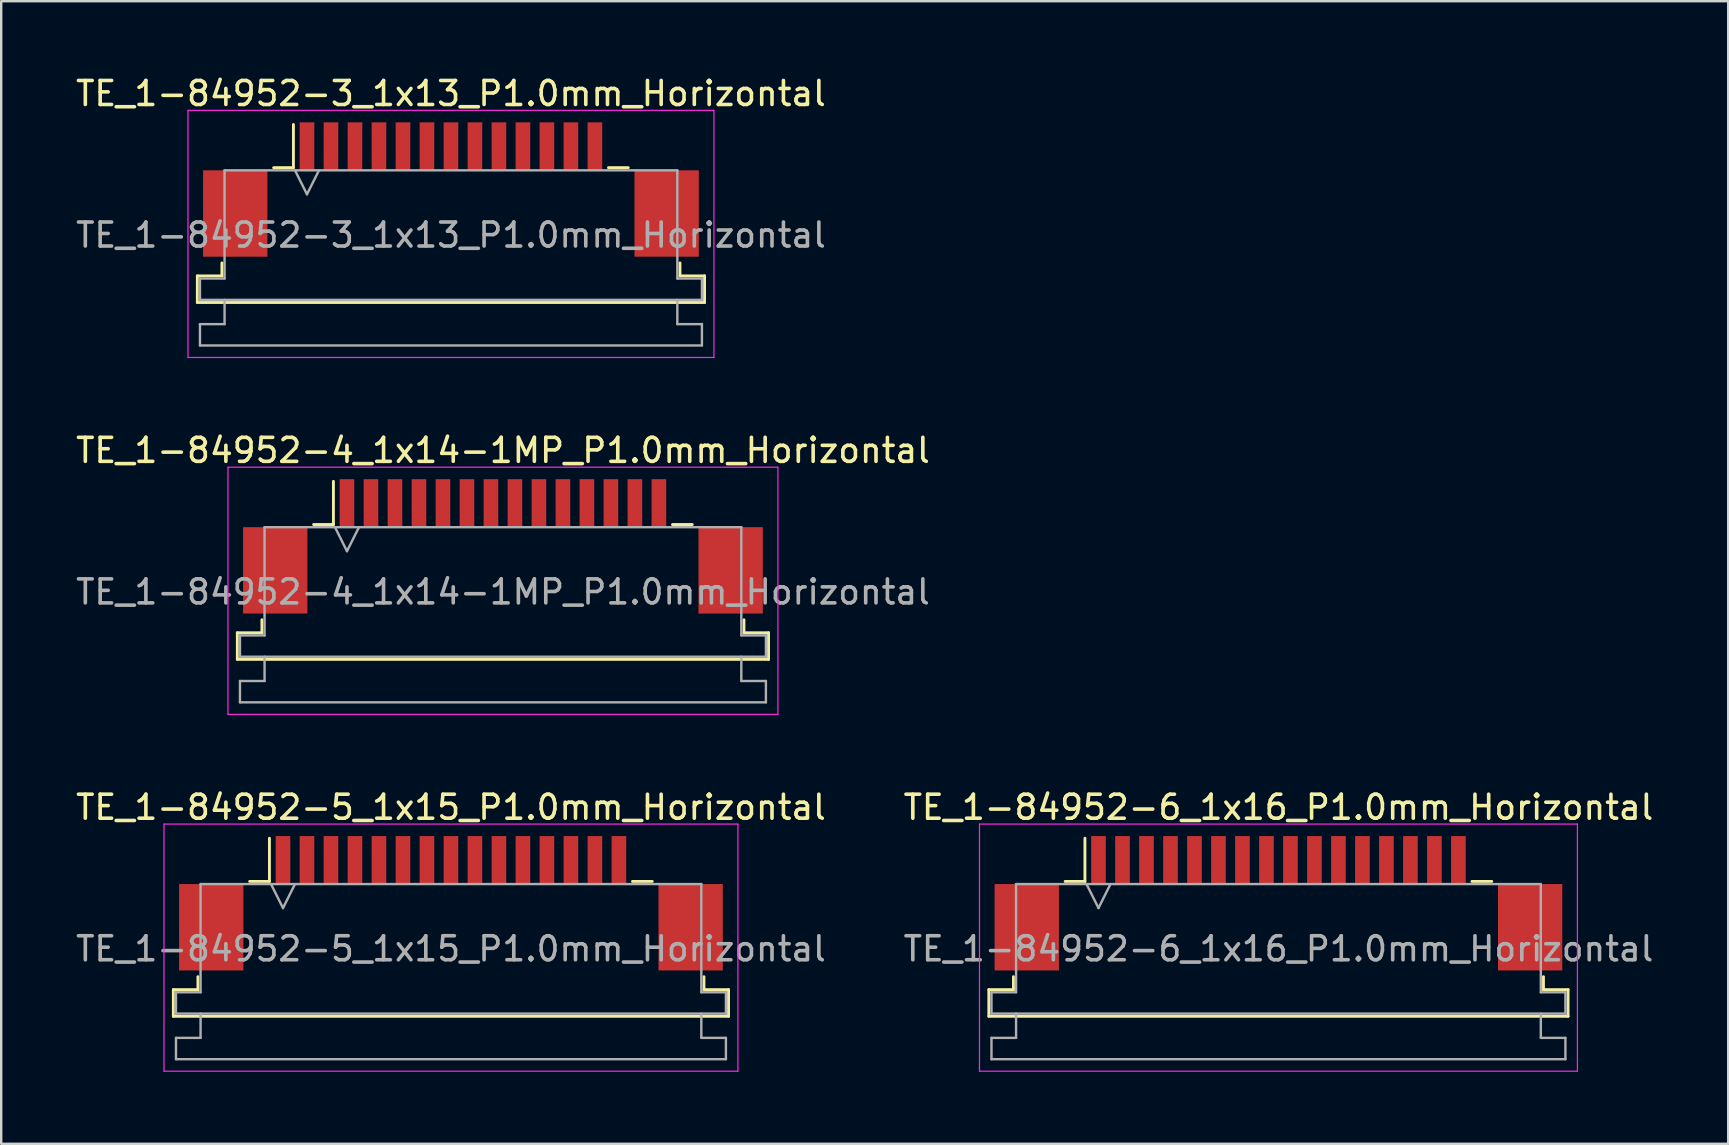
<source format=kicad_pcb>
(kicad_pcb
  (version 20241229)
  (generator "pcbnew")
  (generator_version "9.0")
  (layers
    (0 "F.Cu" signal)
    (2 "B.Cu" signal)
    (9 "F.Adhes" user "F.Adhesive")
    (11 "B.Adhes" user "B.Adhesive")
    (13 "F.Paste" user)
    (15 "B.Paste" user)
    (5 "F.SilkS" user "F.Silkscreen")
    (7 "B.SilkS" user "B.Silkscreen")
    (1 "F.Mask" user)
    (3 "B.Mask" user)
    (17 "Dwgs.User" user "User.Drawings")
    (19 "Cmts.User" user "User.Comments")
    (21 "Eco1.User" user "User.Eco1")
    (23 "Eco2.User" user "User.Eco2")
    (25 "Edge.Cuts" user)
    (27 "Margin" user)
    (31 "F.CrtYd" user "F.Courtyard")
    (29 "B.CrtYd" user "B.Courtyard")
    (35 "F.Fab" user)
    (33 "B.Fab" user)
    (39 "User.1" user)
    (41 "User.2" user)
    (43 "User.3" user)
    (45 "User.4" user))
  (footprint "TE_1-84952-3_1x13_P1.0mm_Horizontal"
    (layer "F.Cu")
    (at 15.744 4.848)
    (property "Reference" "TE_1-84952-3_1x13_P1.0mm_Horizontal" (at 0 -4 0) (layer "F.SilkS") (effects (font (size 1 1) (thickness 0.15))))
    (attr smd)
    (fp_line (start -10.57 3.6) (end -9.545 3.6) (stroke (width 0.12) (type solid)) (layer "F.SilkS"))
    (fp_line (start -10.57 4.71) (end -10.57 3.6) (stroke (width 0.12) (type solid)) (layer "F.SilkS"))
    (fp_line (start -9.545 3.6) (end -9.545 3.06) (stroke (width 0.12) (type solid)) (layer "F.SilkS"))
    (fp_line (start -7.39 -0.91) (end -6.565 -0.91) (stroke (width 0.12) (type solid)) (layer "F.SilkS"))
    (fp_line (start -6.565 -0.91) (end -6.565 -2.71) (stroke (width 0.12) (type solid)) (layer "F.SilkS"))
    (fp_line (start 6.565 -0.91) (end 7.39 -0.91) (stroke (width 0.12) (type solid)) (layer "F.SilkS"))
    (fp_line (start 9.545 3.06) (end 9.545 3.6) (stroke (width 0.12) (type solid)) (layer "F.SilkS"))
    (fp_line (start 9.545 3.6) (end 10.57 3.6) (stroke (width 0.12) (type solid)) (layer "F.SilkS"))
    (fp_line (start 10.57 3.6) (end 10.57 4.71) (stroke (width 0.12) (type solid)) (layer "F.SilkS"))
    (fp_line (start 10.57 4.71) (end -10.57 4.71) (stroke (width 0.12) (type solid)) (layer "F.SilkS"))
    (fp_line (start -10.96 -3.3) (end -10.96 7) (stroke (width 0.05) (type solid)) (layer "F.CrtYd"))
    (fp_line (start -10.96 7) (end 10.96 7) (stroke (width 0.05) (type solid)) (layer "F.CrtYd"))
    (fp_line (start 10.96 -3.3) (end -10.96 -3.3) (stroke (width 0.05) (type solid)) (layer "F.CrtYd"))
    (fp_line (start 10.96 7) (end 10.96 -3.3) (stroke (width 0.05) (type solid)) (layer "F.CrtYd"))
    (fp_line (start -10.46 3.71) (end -9.435 3.71) (stroke (width 0.1) (type solid)) (layer "F.Fab"))
    (fp_line (start -10.46 4.6) (end -10.46 3.71) (stroke (width 0.1) (type solid)) (layer "F.Fab"))
    (fp_line (start -10.46 5.61) (end -9.435 5.61) (stroke (width 0.1) (type solid)) (layer "F.Fab"))
    (fp_line (start -10.46 6.5) (end -10.46 5.61) (stroke (width 0.1) (type solid)) (layer "F.Fab"))
    (fp_line (start -9.435 -0.8) (end 9.435 -0.8) (stroke (width 0.1) (type solid)) (layer "F.Fab"))
    (fp_line (start -9.435 3.71) (end -9.435 -0.8) (stroke (width 0.1) (type solid)) (layer "F.Fab"))
    (fp_line (start -9.435 5.61) (end -9.435 4.6) (stroke (width 0.1) (type solid)) (layer "F.Fab"))
    (fp_line (start -6.5 -0.8) (end -6 0.2) (stroke (width 0.1) (type solid)) (layer "F.Fab"))
    (fp_line (start -6 0.2) (end -5.5 -0.8) (stroke (width 0.1) (type solid)) (layer "F.Fab"))
    (fp_line (start 9.435 -0.8) (end 9.435 3.71) (stroke (width 0.1) (type solid)) (layer "F.Fab"))
    (fp_line (start 9.435 3.71) (end 10.46 3.71) (stroke (width 0.1) (type solid)) (layer "F.Fab"))
    (fp_line (start 9.435 4.6) (end 9.435 5.61) (stroke (width 0.1) (type solid)) (layer "F.Fab"))
    (fp_line (start 9.435 5.61) (end 10.46 5.61) (stroke (width 0.1) (type solid)) (layer "F.Fab"))
    (fp_line (start 10.46 3.71) (end 10.46 4.6) (stroke (width 0.1) (type solid)) (layer "F.Fab"))
    (fp_line (start 10.46 4.6) (end -10.46 4.6) (stroke (width 0.1) (type solid)) (layer "F.Fab"))
    (fp_line (start 10.46 5.61) (end 10.46 6.5) (stroke (width 0.1) (type solid)) (layer "F.Fab"))
    (fp_line (start 10.46 6.5) (end -10.46 6.5) (stroke (width 0.1) (type solid)) (layer "F.Fab"))
    (fp_text user "${REFERENCE}" (at 0 1.9 0) (layer "F.Fab") (effects (font (size 1 1) (thickness 0.15))))
    (pad "" smd rect (at -8.99 1) (size 2.68 3.6) (layers "F.Cu" "F.Mask" "F.Paste"))
    (pad "" smd rect (at 8.99 1) (size 2.68 3.6) (layers "F.Cu" "F.Mask" "F.Paste"))
    (pad "1" smd rect (at -6 -1.8) (size 0.61 2) (layers "F.Cu" "F.Mask" "F.Paste"))
    (pad "2" smd rect (at -5 -1.8) (size 0.61 2) (layers "F.Cu" "F.Mask" "F.Paste"))
    (pad "3" smd rect (at -4 -1.8) (size 0.61 2) (layers "F.Cu" "F.Mask" "F.Paste"))
    (pad "4" smd rect (at -3 -1.8) (size 0.61 2) (layers "F.Cu" "F.Mask" "F.Paste"))
    (pad "5" smd rect (at -2 -1.8) (size 0.61 2) (layers "F.Cu" "F.Mask" "F.Paste"))
    (pad "6" smd rect (at -1 -1.8) (size 0.61 2) (layers "F.Cu" "F.Mask" "F.Paste"))
    (pad "7" smd rect (at 0 -1.8) (size 0.61 2) (layers "F.Cu" "F.Mask" "F.Paste"))
    (pad "8" smd rect (at 1 -1.8) (size 0.61 2) (layers "F.Cu" "F.Mask" "F.Paste"))
    (pad "9" smd rect (at 2 -1.8) (size 0.61 2) (layers "F.Cu" "F.Mask" "F.Paste"))
    (pad "10" smd rect (at 3 -1.8) (size 0.61 2) (layers "F.Cu" "F.Mask" "F.Paste"))
    (pad "11" smd rect (at 4 -1.8) (size 0.61 2) (layers "F.Cu" "F.Mask" "F.Paste"))
    (pad "12" smd rect (at 5 -1.8) (size 0.61 2) (layers "F.Cu" "F.Mask" "F.Paste"))
    (pad "13" smd rect (at 6 -1.8) (size 0.61 2) (layers "F.Cu" "F.Mask" "F.Paste")))
  (footprint "TE_1-84952-6_1x16_P1.0mm_Horizontal"
    (layer "F.Cu")
    (at 50.232 34.595)
    (property "Reference" "TE_1-84952-6_1x16_P1.0mm_Horizontal" (at 0 -4 0) (layer "F.SilkS") (effects (font (size 1 1) (thickness 0.15))))
    (attr smd)
    (fp_line (start -12.07 3.6) (end -11.045 3.6) (stroke (width 0.12) (type solid)) (layer "F.SilkS"))
    (fp_line (start -12.07 4.71) (end -12.07 3.6) (stroke (width 0.12) (type solid)) (layer "F.SilkS"))
    (fp_line (start -11.045 3.6) (end -11.045 3.06) (stroke (width 0.12) (type solid)) (layer "F.SilkS"))
    (fp_line (start -8.89 -0.91) (end -8.065 -0.91) (stroke (width 0.12) (type solid)) (layer "F.SilkS"))
    (fp_line (start -8.065 -0.91) (end -8.065 -2.71) (stroke (width 0.12) (type solid)) (layer "F.SilkS"))
    (fp_line (start 8.065 -0.91) (end 8.89 -0.91) (stroke (width 0.12) (type solid)) (layer "F.SilkS"))
    (fp_line (start 11.045 3.06) (end 11.045 3.6) (stroke (width 0.12) (type solid)) (layer "F.SilkS"))
    (fp_line (start 11.045 3.6) (end 12.07 3.6) (stroke (width 0.12) (type solid)) (layer "F.SilkS"))
    (fp_line (start 12.07 3.6) (end 12.07 4.71) (stroke (width 0.12) (type solid)) (layer "F.SilkS"))
    (fp_line (start 12.07 4.71) (end -12.07 4.71) (stroke (width 0.12) (type solid)) (layer "F.SilkS"))
    (fp_line (start -12.46 -3.3) (end -12.46 7) (stroke (width 0.05) (type solid)) (layer "F.CrtYd"))
    (fp_line (start -12.46 7) (end 12.46 7) (stroke (width 0.05) (type solid)) (layer "F.CrtYd"))
    (fp_line (start 12.46 -3.3) (end -12.46 -3.3) (stroke (width 0.05) (type solid)) (layer "F.CrtYd"))
    (fp_line (start 12.46 7) (end 12.46 -3.3) (stroke (width 0.05) (type solid)) (layer "F.CrtYd"))
    (fp_line (start -11.96 3.71) (end -10.935 3.71) (stroke (width 0.1) (type solid)) (layer "F.Fab"))
    (fp_line (start -11.96 4.6) (end -11.96 3.71) (stroke (width 0.1) (type solid)) (layer "F.Fab"))
    (fp_line (start -11.96 5.61) (end -10.935 5.61) (stroke (width 0.1) (type solid)) (layer "F.Fab"))
    (fp_line (start -11.96 6.5) (end -11.96 5.61) (stroke (width 0.1) (type solid)) (layer "F.Fab"))
    (fp_line (start -10.935 -0.8) (end 10.935 -0.8) (stroke (width 0.1) (type solid)) (layer "F.Fab"))
    (fp_line (start -10.935 3.71) (end -10.935 -0.8) (stroke (width 0.1) (type solid)) (layer "F.Fab"))
    (fp_line (start -10.935 5.61) (end -10.935 4.6) (stroke (width 0.1) (type solid)) (layer "F.Fab"))
    (fp_line (start -8 -0.8) (end -7.5 0.2) (stroke (width 0.1) (type solid)) (layer "F.Fab"))
    (fp_line (start -7.5 0.2) (end -7 -0.8) (stroke (width 0.1) (type solid)) (layer "F.Fab"))
    (fp_line (start 10.935 -0.8) (end 10.935 3.71) (stroke (width 0.1) (type solid)) (layer "F.Fab"))
    (fp_line (start 10.935 3.71) (end 11.96 3.71) (stroke (width 0.1) (type solid)) (layer "F.Fab"))
    (fp_line (start 10.935 4.6) (end 10.935 5.61) (stroke (width 0.1) (type solid)) (layer "F.Fab"))
    (fp_line (start 10.935 5.61) (end 11.96 5.61) (stroke (width 0.1) (type solid)) (layer "F.Fab"))
    (fp_line (start 11.96 3.71) (end 11.96 4.6) (stroke (width 0.1) (type solid)) (layer "F.Fab"))
    (fp_line (start 11.96 4.6) (end -11.96 4.6) (stroke (width 0.1) (type solid)) (layer "F.Fab"))
    (fp_line (start 11.96 5.61) (end 11.96 6.5) (stroke (width 0.1) (type solid)) (layer "F.Fab"))
    (fp_line (start 11.96 6.5) (end -11.96 6.5) (stroke (width 0.1) (type solid)) (layer "F.Fab"))
    (fp_text user "${REFERENCE}" (at 0 1.9 0) (layer "F.Fab") (effects (font (size 1 1) (thickness 0.15))))
    (pad "" smd rect (at -10.49 1) (size 2.68 3.6) (layers "F.Cu" "F.Mask" "F.Paste"))
    (pad "" smd rect (at 10.49 1) (size 2.68 3.6) (layers "F.Cu" "F.Mask" "F.Paste"))
    (pad "1" smd rect (at -7.5 -1.8) (size 0.61 2) (layers "F.Cu" "F.Mask" "F.Paste"))
    (pad "2" smd rect (at -6.5 -1.8) (size 0.61 2) (layers "F.Cu" "F.Mask" "F.Paste"))
    (pad "3" smd rect (at -5.5 -1.8) (size 0.61 2) (layers "F.Cu" "F.Mask" "F.Paste"))
    (pad "4" smd rect (at -4.5 -1.8) (size 0.61 2) (layers "F.Cu" "F.Mask" "F.Paste"))
    (pad "5" smd rect (at -3.5 -1.8) (size 0.61 2) (layers "F.Cu" "F.Mask" "F.Paste"))
    (pad "6" smd rect (at -2.5 -1.8) (size 0.61 2) (layers "F.Cu" "F.Mask" "F.Paste"))
    (pad "7" smd rect (at -1.5 -1.8) (size 0.61 2) (layers "F.Cu" "F.Mask" "F.Paste"))
    (pad "8" smd rect (at -0.5 -1.8) (size 0.61 2) (layers "F.Cu" "F.Mask" "F.Paste"))
    (pad "9" smd rect (at 0.5 -1.8) (size 0.61 2) (layers "F.Cu" "F.Mask" "F.Paste"))
    (pad "10" smd rect (at 1.5 -1.8) (size 0.61 2) (layers "F.Cu" "F.Mask" "F.Paste"))
    (pad "11" smd rect (at 2.5 -1.8) (size 0.61 2) (layers "F.Cu" "F.Mask" "F.Paste"))
    (pad "12" smd rect (at 3.5 -1.8) (size 0.61 2) (layers "F.Cu" "F.Mask" "F.Paste"))
    (pad "13" smd rect (at 4.5 -1.8) (size 0.61 2) (layers "F.Cu" "F.Mask" "F.Paste"))
    (pad "14" smd rect (at 5.5 -1.8) (size 0.61 2) (layers "F.Cu" "F.Mask" "F.Paste"))
    (pad "15" smd rect (at 6.5 -1.8) (size 0.61 2) (layers "F.Cu" "F.Mask" "F.Paste"))
    (pad "16" smd rect (at 7.5 -1.8) (size 0.61 2) (layers "F.Cu" "F.Mask" "F.Paste")))
  (footprint "TE_1-84952-4_1x14-1MP_P1.0mm_Horizontal"
    (layer "F.Cu")
    (at 17.911 19.721)
    (property "Reference" "TE_1-84952-4_1x14-1MP_P1.0mm_Horizontal" (at 0 -4 0) (layer "F.SilkS") (effects (font (size 1 1) (thickness 0.15))))
    (attr smd)
    (fp_line (start -11.07 3.6) (end -10.045 3.6) (stroke (width 0.12) (type solid)) (layer "F.SilkS"))
    (fp_line (start -11.07 4.71) (end -11.07 3.6) (stroke (width 0.12) (type solid)) (layer "F.SilkS"))
    (fp_line (start -10.045 3.6) (end -10.045 3.06) (stroke (width 0.12) (type solid)) (layer "F.SilkS"))
    (fp_line (start -7.89 -0.91) (end -7.065 -0.91) (stroke (width 0.12) (type solid)) (layer "F.SilkS"))
    (fp_line (start -7.065 -0.91) (end -7.065 -2.71) (stroke (width 0.12) (type solid)) (layer "F.SilkS"))
    (fp_line (start 7.065 -0.91) (end 7.89 -0.91) (stroke (width 0.12) (type solid)) (layer "F.SilkS"))
    (fp_line (start 10.045 3.06) (end 10.045 3.6) (stroke (width 0.12) (type solid)) (layer "F.SilkS"))
    (fp_line (start 10.045 3.6) (end 11.07 3.6) (stroke (width 0.12) (type solid)) (layer "F.SilkS"))
    (fp_line (start 11.07 3.6) (end 11.07 4.71) (stroke (width 0.12) (type solid)) (layer "F.SilkS"))
    (fp_line (start 11.07 4.71) (end -11.07 4.71) (stroke (width 0.12) (type solid)) (layer "F.SilkS"))
    (fp_line (start -11.46 -3.3) (end -11.46 7) (stroke (width 0.05) (type solid)) (layer "F.CrtYd"))
    (fp_line (start -11.46 7) (end 11.46 7) (stroke (width 0.05) (type solid)) (layer "F.CrtYd"))
    (fp_line (start 11.46 -3.3) (end -11.46 -3.3) (stroke (width 0.05) (type solid)) (layer "F.CrtYd"))
    (fp_line (start 11.46 7) (end 11.46 -3.3) (stroke (width 0.05) (type solid)) (layer "F.CrtYd"))
    (fp_line (start -10.96 3.71) (end -9.935 3.71) (stroke (width 0.1) (type solid)) (layer "F.Fab"))
    (fp_line (start -10.96 4.6) (end -10.96 3.71) (stroke (width 0.1) (type solid)) (layer "F.Fab"))
    (fp_line (start -10.96 5.61) (end -9.935 5.61) (stroke (width 0.1) (type solid)) (layer "F.Fab"))
    (fp_line (start -10.96 6.5) (end -10.96 5.61) (stroke (width 0.1) (type solid)) (layer "F.Fab"))
    (fp_line (start -9.935 -0.8) (end 9.935 -0.8) (stroke (width 0.1) (type solid)) (layer "F.Fab"))
    (fp_line (start -9.935 3.71) (end -9.935 -0.8) (stroke (width 0.1) (type solid)) (layer "F.Fab"))
    (fp_line (start -9.935 5.61) (end -9.935 4.6) (stroke (width 0.1) (type solid)) (layer "F.Fab"))
    (fp_line (start -7 -0.8) (end -6.5 0.2) (stroke (width 0.1) (type solid)) (layer "F.Fab"))
    (fp_line (start -6.5 0.2) (end -6 -0.8) (stroke (width 0.1) (type solid)) (layer "F.Fab"))
    (fp_line (start 9.935 -0.8) (end 9.935 3.71) (stroke (width 0.1) (type solid)) (layer "F.Fab"))
    (fp_line (start 9.935 3.71) (end 10.96 3.71) (stroke (width 0.1) (type solid)) (layer "F.Fab"))
    (fp_line (start 9.935 4.6) (end 9.935 5.61) (stroke (width 0.1) (type solid)) (layer "F.Fab"))
    (fp_line (start 9.935 5.61) (end 10.96 5.61) (stroke (width 0.1) (type solid)) (layer "F.Fab"))
    (fp_line (start 10.96 3.71) (end 10.96 4.6) (stroke (width 0.1) (type solid)) (layer "F.Fab"))
    (fp_line (start 10.96 4.6) (end -10.96 4.6) (stroke (width 0.1) (type solid)) (layer "F.Fab"))
    (fp_line (start 10.96 5.61) (end 10.96 6.5) (stroke (width 0.1) (type solid)) (layer "F.Fab"))
    (fp_line (start 10.96 6.5) (end -10.96 6.5) (stroke (width 0.1) (type solid)) (layer "F.Fab"))
    (fp_text user "${REFERENCE}" (at 0 1.9 0) (layer "F.Fab") (effects (font (size 1 1) (thickness 0.15))))
    (pad "1" smd rect (at -6.5 -1.8) (size 0.61 2) (layers "F.Cu" "F.Mask" "F.Paste"))
    (pad "2" smd rect (at -5.5 -1.8) (size 0.61 2) (layers "F.Cu" "F.Mask" "F.Paste"))
    (pad "3" smd rect (at -4.5 -1.8) (size 0.61 2) (layers "F.Cu" "F.Mask" "F.Paste"))
    (pad "4" smd rect (at -3.5 -1.8) (size 0.61 2) (layers "F.Cu" "F.Mask" "F.Paste"))
    (pad "5" smd rect (at -2.5 -1.8) (size 0.61 2) (layers "F.Cu" "F.Mask" "F.Paste"))
    (pad "6" smd rect (at -1.5 -1.8) (size 0.61 2) (layers "F.Cu" "F.Mask" "F.Paste"))
    (pad "7" smd rect (at -0.5 -1.8) (size 0.61 2) (layers "F.Cu" "F.Mask" "F.Paste"))
    (pad "8" smd rect (at 0.5 -1.8) (size 0.61 2) (layers "F.Cu" "F.Mask" "F.Paste"))
    (pad "9" smd rect (at 1.5 -1.8) (size 0.61 2) (layers "F.Cu" "F.Mask" "F.Paste"))
    (pad "10" smd rect (at 2.5 -1.8) (size 0.61 2) (layers "F.Cu" "F.Mask" "F.Paste"))
    (pad "11" smd rect (at 3.5 -1.8) (size 0.61 2) (layers "F.Cu" "F.Mask" "F.Paste"))
    (pad "12" smd rect (at 4.5 -1.8) (size 0.61 2) (layers "F.Cu" "F.Mask" "F.Paste"))
    (pad "13" smd rect (at 5.5 -1.8) (size 0.61 2) (layers "F.Cu" "F.Mask" "F.Paste"))
    (pad "14" smd rect (at 6.5 -1.8) (size 0.61 2) (layers "F.Cu" "F.Mask" "F.Paste"))
    (pad "MP" smd rect (at -9.49 1) (size 2.68 3.6) (layers "F.Cu" "F.Mask" "F.Paste"))
    (pad "MP" smd rect (at 9.49 1) (size 2.68 3.6) (layers "F.Cu" "F.Mask" "F.Paste")))
  (footprint "TE_1-84952-5_1x15_P1.0mm_Horizontal"
    (layer "F.Cu")
    (at 15.744 34.595)
    (property "Reference" "TE_1-84952-5_1x15_P1.0mm_Horizontal" (at 0 -4 0) (layer "F.SilkS") (effects (font (size 1 1) (thickness 0.15))))
    (attr smd)
    (fp_line (start -11.57 3.6) (end -10.545 3.6) (stroke (width 0.12) (type solid)) (layer "F.SilkS"))
    (fp_line (start -11.57 4.71) (end -11.57 3.6) (stroke (width 0.12) (type solid)) (layer "F.SilkS"))
    (fp_line (start -10.545 3.6) (end -10.545 3.06) (stroke (width 0.12) (type solid)) (layer "F.SilkS"))
    (fp_line (start -8.39 -0.91) (end -7.565 -0.91) (stroke (width 0.12) (type solid)) (layer "F.SilkS"))
    (fp_line (start -7.565 -0.91) (end -7.565 -2.71) (stroke (width 0.12) (type solid)) (layer "F.SilkS"))
    (fp_line (start 7.565 -0.91) (end 8.39 -0.91) (stroke (width 0.12) (type solid)) (layer "F.SilkS"))
    (fp_line (start 10.545 3.06) (end 10.545 3.6) (stroke (width 0.12) (type solid)) (layer "F.SilkS"))
    (fp_line (start 10.545 3.6) (end 11.57 3.6) (stroke (width 0.12) (type solid)) (layer "F.SilkS"))
    (fp_line (start 11.57 3.6) (end 11.57 4.71) (stroke (width 0.12) (type solid)) (layer "F.SilkS"))
    (fp_line (start 11.57 4.71) (end -11.57 4.71) (stroke (width 0.12) (type solid)) (layer "F.SilkS"))
    (fp_line (start -11.96 -3.3) (end -11.96 7) (stroke (width 0.05) (type solid)) (layer "F.CrtYd"))
    (fp_line (start -11.96 7) (end 11.96 7) (stroke (width 0.05) (type solid)) (layer "F.CrtYd"))
    (fp_line (start 11.96 -3.3) (end -11.96 -3.3) (stroke (width 0.05) (type solid)) (layer "F.CrtYd"))
    (fp_line (start 11.96 7) (end 11.96 -3.3) (stroke (width 0.05) (type solid)) (layer "F.CrtYd"))
    (fp_line (start -11.46 3.71) (end -10.435 3.71) (stroke (width 0.1) (type solid)) (layer "F.Fab"))
    (fp_line (start -11.46 4.6) (end -11.46 3.71) (stroke (width 0.1) (type solid)) (layer "F.Fab"))
    (fp_line (start -11.46 5.61) (end -10.435 5.61) (stroke (width 0.1) (type solid)) (layer "F.Fab"))
    (fp_line (start -11.46 6.5) (end -11.46 5.61) (stroke (width 0.1) (type solid)) (layer "F.Fab"))
    (fp_line (start -10.435 -0.8) (end 10.435 -0.8) (stroke (width 0.1) (type solid)) (layer "F.Fab"))
    (fp_line (start -10.435 3.71) (end -10.435 -0.8) (stroke (width 0.1) (type solid)) (layer "F.Fab"))
    (fp_line (start -10.435 5.61) (end -10.435 4.6) (stroke (width 0.1) (type solid)) (layer "F.Fab"))
    (fp_line (start -7.5 -0.8) (end -7 0.2) (stroke (width 0.1) (type solid)) (layer "F.Fab"))
    (fp_line (start -7 0.2) (end -6.5 -0.8) (stroke (width 0.1) (type solid)) (layer "F.Fab"))
    (fp_line (start 10.435 -0.8) (end 10.435 3.71) (stroke (width 0.1) (type solid)) (layer "F.Fab"))
    (fp_line (start 10.435 3.71) (end 11.46 3.71) (stroke (width 0.1) (type solid)) (layer "F.Fab"))
    (fp_line (start 10.435 4.6) (end 10.435 5.61) (stroke (width 0.1) (type solid)) (layer "F.Fab"))
    (fp_line (start 10.435 5.61) (end 11.46 5.61) (stroke (width 0.1) (type solid)) (layer "F.Fab"))
    (fp_line (start 11.46 3.71) (end 11.46 4.6) (stroke (width 0.1) (type solid)) (layer "F.Fab"))
    (fp_line (start 11.46 4.6) (end -11.46 4.6) (stroke (width 0.1) (type solid)) (layer "F.Fab"))
    (fp_line (start 11.46 5.61) (end 11.46 6.5) (stroke (width 0.1) (type solid)) (layer "F.Fab"))
    (fp_line (start 11.46 6.5) (end -11.46 6.5) (stroke (width 0.1) (type solid)) (layer "F.Fab"))
    (fp_text user "${REFERENCE}" (at 0 1.9 0) (layer "F.Fab") (effects (font (size 1 1) (thickness 0.15))))
    (pad "" smd rect (at -9.99 1) (size 2.68 3.6) (layers "F.Cu" "F.Mask" "F.Paste"))
    (pad "" smd rect (at 9.99 1) (size 2.68 3.6) (layers "F.Cu" "F.Mask" "F.Paste"))
    (pad "1" smd rect (at -7 -1.8) (size 0.61 2) (layers "F.Cu" "F.Mask" "F.Paste"))
    (pad "2" smd rect (at -6 -1.8) (size 0.61 2) (layers "F.Cu" "F.Mask" "F.Paste"))
    (pad "3" smd rect (at -5 -1.8) (size 0.61 2) (layers "F.Cu" "F.Mask" "F.Paste"))
    (pad "4" smd rect (at -4 -1.8) (size 0.61 2) (layers "F.Cu" "F.Mask" "F.Paste"))
    (pad "5" smd rect (at -3 -1.8) (size 0.61 2) (layers "F.Cu" "F.Mask" "F.Paste"))
    (pad "6" smd rect (at -2 -1.8) (size 0.61 2) (layers "F.Cu" "F.Mask" "F.Paste"))
    (pad "7" smd rect (at -1 -1.8) (size 0.61 2) (layers "F.Cu" "F.Mask" "F.Paste"))
    (pad "8" smd rect (at 0 -1.8) (size 0.61 2) (layers "F.Cu" "F.Mask" "F.Paste"))
    (pad "9" smd rect (at 1 -1.8) (size 0.61 2) (layers "F.Cu" "F.Mask" "F.Paste"))
    (pad "10" smd rect (at 2 -1.8) (size 0.61 2) (layers "F.Cu" "F.Mask" "F.Paste"))
    (pad "11" smd rect (at 3 -1.8) (size 0.61 2) (layers "F.Cu" "F.Mask" "F.Paste"))
    (pad "12" smd rect (at 4 -1.8) (size 0.61 2) (layers "F.Cu" "F.Mask" "F.Paste"))
    (pad "13" smd rect (at 5 -1.8) (size 0.61 2) (layers "F.Cu" "F.Mask" "F.Paste"))
    (pad "14" smd rect (at 6 -1.8) (size 0.61 2) (layers "F.Cu" "F.Mask" "F.Paste"))
    (pad "15" smd rect (at 7 -1.8) (size 0.61 2) (layers "F.Cu" "F.Mask" "F.Paste")))
  (gr_rect
    (start -3 -3)
    (end 68.976 44.62)
    (stroke (width 0.1) (type default))
    (fill no)
    (layer "Edge.Cuts")))
</source>
